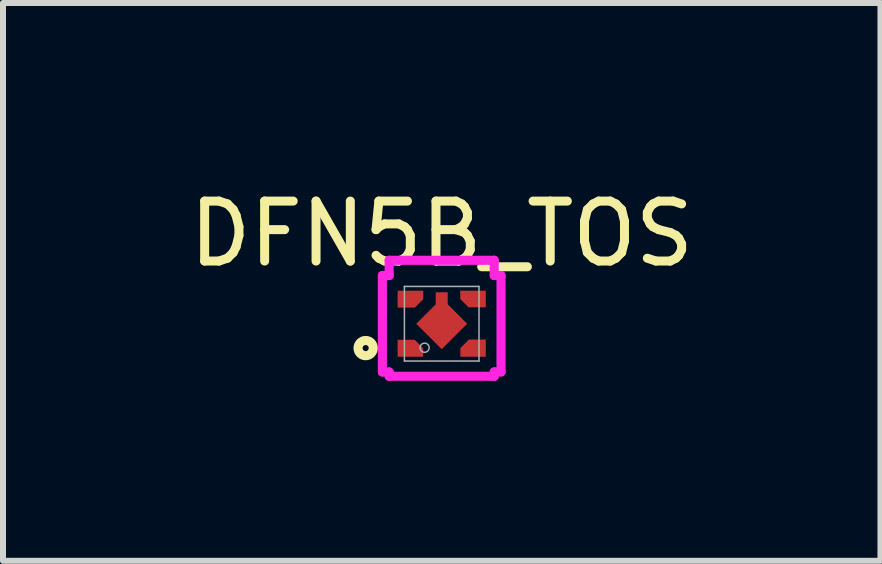
<source format=kicad_pcb>
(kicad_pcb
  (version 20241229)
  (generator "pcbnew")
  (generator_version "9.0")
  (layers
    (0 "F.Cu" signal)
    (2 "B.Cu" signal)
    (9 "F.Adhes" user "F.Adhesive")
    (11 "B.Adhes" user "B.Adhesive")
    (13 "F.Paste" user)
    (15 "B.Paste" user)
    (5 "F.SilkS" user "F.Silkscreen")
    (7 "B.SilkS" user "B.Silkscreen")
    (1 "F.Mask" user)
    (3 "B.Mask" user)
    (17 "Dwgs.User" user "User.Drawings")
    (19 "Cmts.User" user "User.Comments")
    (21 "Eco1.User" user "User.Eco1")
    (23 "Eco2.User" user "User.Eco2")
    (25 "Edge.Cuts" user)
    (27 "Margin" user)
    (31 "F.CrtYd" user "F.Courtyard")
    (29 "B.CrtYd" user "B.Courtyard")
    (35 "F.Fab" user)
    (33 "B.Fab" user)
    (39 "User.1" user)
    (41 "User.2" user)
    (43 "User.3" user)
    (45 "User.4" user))
  (footprint "DFN5B_TOS"
    (layer "F.Cu")
    (at 4.315 2.348)
    (property "Reference" "DFN5B_TOS" (at 0 -1.5 0) (unlocked yes) (layer "F.SilkS") (effects (font (size 1 1) (thickness 0.15))))
    (attr smd)
    (fp_poly (pts (xy -0.735 -0.55) (xy -0.735 -0.25) (xy -0.465 -0.25) (xy -0.285 -0.43) (xy -0.285 -0.55)) (stroke (width 0) (type solid)) (fill yes) (layer "F.Mask"))
    (fp_poly (pts (xy -0.735 0.55) (xy -0.735 0.25) (xy -0.465 0.25) (xy -0.285 0.43) (xy -0.285 0.55)) (stroke (width 0) (type solid)) (fill yes) (layer "F.Mask"))
    (fp_poly (pts (xy 0.735 -0.55) (xy 0.735 -0.25) (xy 0.465 -0.25) (xy 0.285 -0.43) (xy 0.285 -0.55)) (stroke (width 0) (type solid)) (fill yes) (layer "F.Mask"))
    (fp_poly (pts (xy 0.735 0.55) (xy 0.735 0.25) (xy 0.465 0.25) (xy 0.285 0.43) (xy 0.285 0.55)) (stroke (width 0) (type solid)) (fill yes) (layer "F.Mask"))
    (fp_poly (pts (xy -0.1 -0.526) (xy -0.1 -0.346) (xy -0.445 0) (xy 0 0.445) (xy 0.445 0) (xy 0.1 -0.346) (xy 0.1 -0.526)) (stroke (width 0) (type solid)) (fill yes) (layer "F.Mask"))
    (fp_circle (center -1.268 0.406) (end -1.141 0.406) (stroke (width 0.152) (type solid)) (fill no) (layer "F.SilkS"))
    (fp_poly (pts (xy -0.735 -0.55) (xy -0.735 -0.25) (xy -0.465 -0.25) (xy -0.285 -0.43) (xy -0.285 -0.55)) (stroke (width 0) (type solid)) (fill yes) (layer "F.Paste"))
    (fp_poly (pts (xy -0.735 0.55) (xy -0.735 0.25) (xy -0.465 0.25) (xy -0.285 0.43) (xy -0.285 0.55)) (stroke (width 0) (type solid)) (fill yes) (layer "F.Paste"))
    (fp_poly (pts (xy 0.735 -0.55) (xy 0.735 -0.25) (xy 0.465 -0.25) (xy 0.285 -0.43) (xy 0.285 -0.55)) (stroke (width 0) (type solid)) (fill yes) (layer "F.Paste"))
    (fp_poly (pts (xy 0.735 0.55) (xy 0.735 0.25) (xy 0.465 0.25) (xy 0.285 0.43) (xy 0.285 0.55)) (stroke (width 0) (type solid)) (fill yes) (layer "F.Paste"))
    (fp_poly (pts (xy -0.1 -0.526) (xy -0.1 -0.346) (xy -0.445 0) (xy 0 0.445) (xy 0.445 0) (xy 0.1 -0.346) (xy 0.1 -0.526)) (stroke (width 0) (type solid)) (fill yes) (layer "F.Paste"))
    (fp_line (start -0.989 -0.804) (end -0.876 -0.804) (stroke (width 0.152) (type solid)) (layer "F.CrtYd"))
    (fp_line (start -0.989 0.804) (end -0.989 -0.804) (stroke (width 0.152) (type solid)) (layer "F.CrtYd"))
    (fp_line (start -0.989 0.804) (end -0.876 0.804) (stroke (width 0.152) (type solid)) (layer "F.CrtYd"))
    (fp_line (start -0.876 -1.058) (end 0.876 -1.058) (stroke (width 0.152) (type solid)) (layer "F.CrtYd"))
    (fp_line (start -0.876 -0.804) (end -0.876 -1.058) (stroke (width 0.152) (type solid)) (layer "F.CrtYd"))
    (fp_line (start -0.876 0.876) (end -0.876 0.804) (stroke (width 0.152) (type solid)) (layer "F.CrtYd"))
    (fp_line (start 0.876 -1.058) (end 0.876 -0.804) (stroke (width 0.152) (type solid)) (layer "F.CrtYd"))
    (fp_line (start 0.876 0.804) (end 0.876 0.876) (stroke (width 0.152) (type solid)) (layer "F.CrtYd"))
    (fp_line (start 0.876 0.876) (end -0.876 0.876) (stroke (width 0.152) (type solid)) (layer "F.CrtYd"))
    (fp_line (start 0.989 -0.804) (end 0.876 -0.804) (stroke (width 0.152) (type solid)) (layer "F.CrtYd"))
    (fp_line (start 0.989 -0.804) (end 0.989 0.804) (stroke (width 0.152) (type solid)) (layer "F.CrtYd"))
    (fp_line (start 0.989 0.804) (end 0.876 0.804) (stroke (width 0.152) (type solid)) (layer "F.CrtYd"))
    (fp_line (start -0.622 -0.622) (end -0.622 0.622) (stroke (width 0.025) (type solid)) (layer "F.Fab"))
    (fp_line (start -0.622 0.622) (end 0.622 0.622) (stroke (width 0.025) (type solid)) (layer "F.Fab"))
    (fp_line (start 0.622 -0.622) (end -0.622 -0.622) (stroke (width 0.025) (type solid)) (layer "F.Fab"))
    (fp_line (start 0.622 0.622) (end 0.622 -0.622) (stroke (width 0.025) (type solid)) (layer "F.Fab"))
    (fp_circle (center -0.285 0.4) (end -0.209 0.4) (stroke (width 0.025) (type solid)) (fill no) (layer "F.Fab"))
    (pad "1" smd roundrect (at -0.522 0.409) (size 0.426 0.282) (layers "F.Cu" "F.Mask" "F.Paste") (roundrect_rratio 0) (chamfer_ratio 0.5) (chamfer top_right))
    (pad "2" smd roundrect (at 0.523 0.407) (size 0.425 0.286) (layers "F.Cu" "F.Mask" "F.Paste") (roundrect_rratio 0) (chamfer_ratio 0.5) (chamfer top_left))
    (pad "3" smd roundrect (at 0.522 -0.412) (size 0.426 0.276) (layers "F.Cu" "F.Mask" "F.Paste") (roundrect_rratio 0) (chamfer_ratio 0.5) (chamfer bottom_left))
    (pad "4" smd roundrect (at -0.521 -0.41) (size 0.428 0.281) (layers "F.Cu" "F.Mask" "F.Paste") (roundrect_rratio 0) (chamfer_ratio 0.5) (chamfer bottom_right))
    (pad "5" smd rect (at 0 -0.424) (size 0.2 0.2) (layers "F.Cu" "F.Mask" "F.Paste"))
    (pad "5" smd rect (at 0 0 45) (size 0.6 0.6) (layers "F.Cu" "F.Mask" "F.Paste")))
  (gr_rect
    (start -3 -3)
    (end 11.631 6.301)
    (stroke (width 0.1) (type default))
    (fill no)
    (layer "Edge.Cuts")))
</source>
